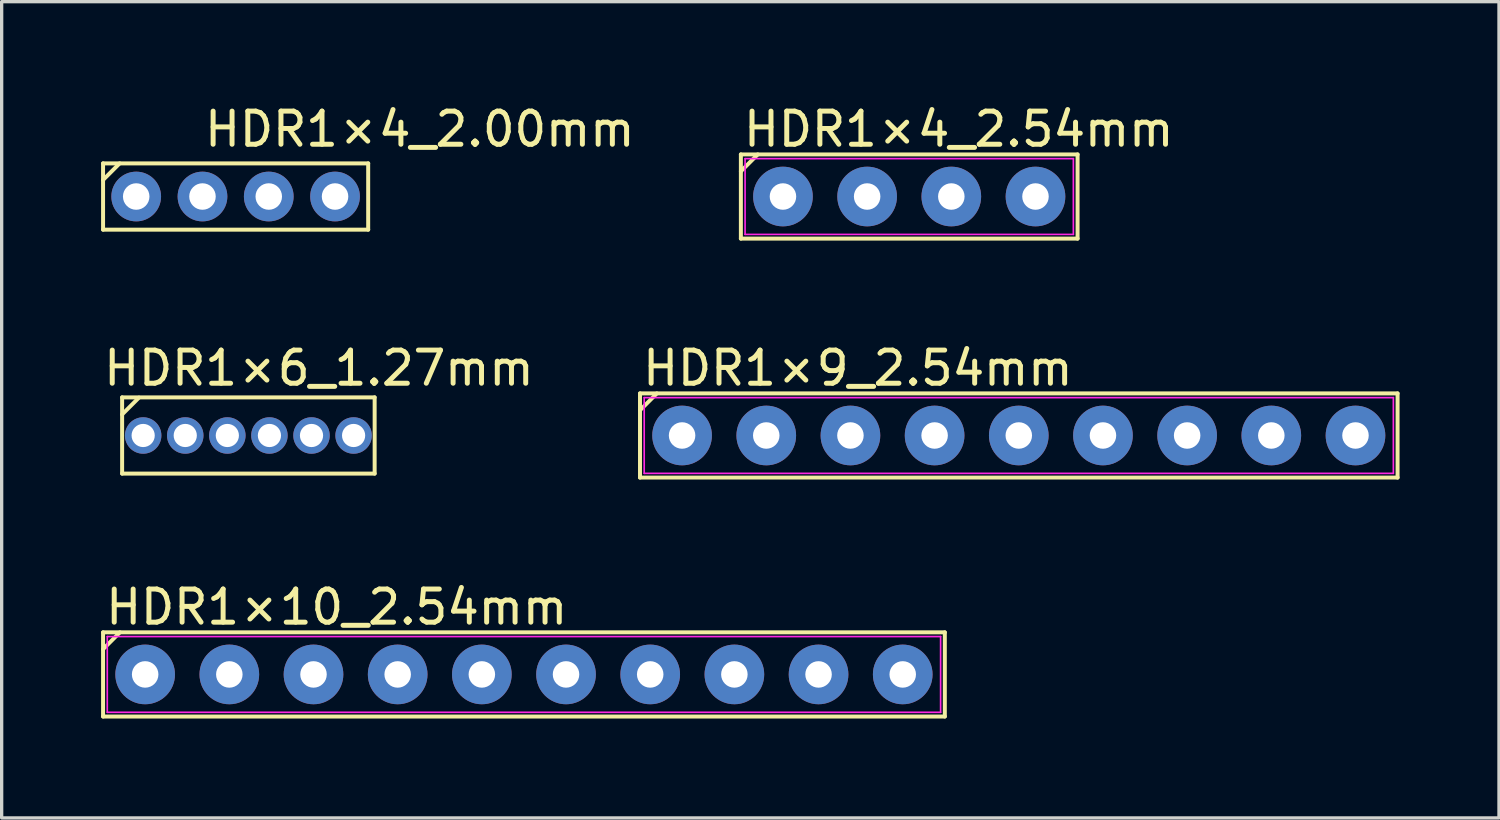
<source format=kicad_pcb>
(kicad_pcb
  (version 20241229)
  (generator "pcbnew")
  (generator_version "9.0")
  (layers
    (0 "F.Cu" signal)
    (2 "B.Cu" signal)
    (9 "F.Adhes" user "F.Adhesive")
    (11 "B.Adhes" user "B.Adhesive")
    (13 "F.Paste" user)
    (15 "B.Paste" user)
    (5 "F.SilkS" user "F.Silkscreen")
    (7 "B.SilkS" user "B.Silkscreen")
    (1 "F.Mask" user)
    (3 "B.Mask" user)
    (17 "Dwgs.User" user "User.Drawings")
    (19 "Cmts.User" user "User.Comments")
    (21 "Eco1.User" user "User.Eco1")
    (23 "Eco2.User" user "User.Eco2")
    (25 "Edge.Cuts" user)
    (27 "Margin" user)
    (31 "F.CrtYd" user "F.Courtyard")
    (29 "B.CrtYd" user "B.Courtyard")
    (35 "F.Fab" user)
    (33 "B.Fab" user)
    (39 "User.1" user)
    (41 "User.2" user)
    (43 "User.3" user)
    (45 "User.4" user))
  (footprint "HDR1×9_2.54mm"
    (layer "F.Cu")
    (at 17.532 10.091)
    (property "Reference" "HDR1×9_2.54mm" (at -1.27 -2.032 0) (layer "F.SilkS") (effects (font (size 1 1) (thickness 0.15)) (justify left)))
    (attr through_hole)
    (fp_line (start -1.27 -1.27) (end -1.27 1.27) (stroke (width 0.12) (type solid)) (layer "F.SilkS"))
    (fp_line (start -1.27 -1.27) (end 21.59 -1.27) (stroke (width 0.12) (type solid)) (layer "F.SilkS"))
    (fp_line (start -1.27 -0.762) (end -0.762 -1.27) (stroke (width 0.12) (type solid)) (layer "F.SilkS"))
    (fp_line (start -1.27 1.27) (end 21.59 1.27) (stroke (width 0.12) (type solid)) (layer "F.SilkS"))
    (fp_line (start 21.59 -1.27) (end 21.59 1.27) (stroke (width 0.12) (type solid)) (layer "F.SilkS"))
    (fp_line (start -1.143 -1.143) (end 21.463 -1.143) (stroke (width 0.05) (type default)) (layer "F.CrtYd"))
    (fp_line (start -1.143 1.143) (end -1.143 -1.143) (stroke (width 0.05) (type default)) (layer "F.CrtYd"))
    (fp_line (start 21.463 -1.143) (end 21.463 1.143) (stroke (width 0.05) (type default)) (layer "F.CrtYd"))
    (fp_line (start 21.463 1.143) (end -1.143 1.143) (stroke (width 0.05) (type default)) (layer "F.CrtYd"))
    (pad "1" thru_hole circle (at 0 0) (size 1.8 1.8) (drill 0.8) (layers "*.Cu" "*.Mask"))
    (pad "2" thru_hole circle (at 2.54 0) (size 1.8 1.8) (drill 0.8) (layers "*.Cu" "*.Mask"))
    (pad "3" thru_hole circle (at 5.08 0) (size 1.8 1.8) (drill 0.8) (layers "*.Cu" "*.Mask"))
    (pad "4" thru_hole circle (at 7.62 0) (size 1.8 1.8) (drill 0.8) (layers "*.Cu" "*.Mask"))
    (pad "5" thru_hole circle (at 10.16 0) (size 1.8 1.8) (drill 0.8) (layers "*.Cu" "*.Mask"))
    (pad "6" thru_hole circle (at 12.7 0) (size 1.8 1.8) (drill 0.8) (layers "*.Cu" "*.Mask"))
    (pad "7" thru_hole circle (at 15.24 0) (size 1.8 1.8) (drill 0.8) (layers "*.Cu" "*.Mask"))
    (pad "8" thru_hole circle (at 17.78 0) (size 1.8 1.8) (drill 0.8) (layers "*.Cu" "*.Mask"))
    (pad "9" thru_hole circle (at 20.32 0) (size 1.8 1.8) (drill 0.8) (layers "*.Cu" "*.Mask")))
  (footprint "HDR1×4_2.54mm"
    (layer "F.Cu")
    (at 20.576 2.88)
    (property "Reference" "HDR1×4_2.54mm" (at -1.27 -2.032 0) (layer "F.SilkS") (effects (font (size 1 1) (thickness 0.15)) (justify left)))
    (attr through_hole)
    (fp_line (start -1.27 -1.27) (end -1.27 1.27) (stroke (width 0.12) (type solid)) (layer "F.SilkS"))
    (fp_line (start -1.27 -1.27) (end 8.89 -1.27) (stroke (width 0.12) (type solid)) (layer "F.SilkS"))
    (fp_line (start -1.27 -0.762) (end -0.762 -1.27) (stroke (width 0.12) (type solid)) (layer "F.SilkS"))
    (fp_line (start -1.27 1.27) (end 8.89 1.27) (stroke (width 0.12) (type solid)) (layer "F.SilkS"))
    (fp_line (start 8.89 -1.27) (end 8.89 1.27) (stroke (width 0.12) (type solid)) (layer "F.SilkS"))
    (fp_line (start -1.143 -1.143) (end 8.763 -1.143) (stroke (width 0.05) (type default)) (layer "F.CrtYd"))
    (fp_line (start -1.143 1.143) (end -1.143 -1.143) (stroke (width 0.05) (type default)) (layer "F.CrtYd"))
    (fp_line (start 8.763 -1.143) (end 8.763 1.143) (stroke (width 0.05) (type default)) (layer "F.CrtYd"))
    (fp_line (start 8.763 1.143) (end -1.143 1.143) (stroke (width 0.05) (type default)) (layer "F.CrtYd"))
    (pad "1" thru_hole circle (at 0 0) (size 1.8 1.8) (drill 0.8) (layers "*.Cu" "*.Mask"))
    (pad "2" thru_hole circle (at 2.54 0) (size 1.8 1.8) (drill 0.8) (layers "*.Cu" "*.Mask"))
    (pad "3" thru_hole circle (at 5.08 0) (size 1.8 1.8) (drill 0.8) (layers "*.Cu" "*.Mask"))
    (pad "4" thru_hole circle (at 7.62 0) (size 1.8 1.8) (drill 0.8) (layers "*.Cu" "*.Mask")))
  (footprint "HDR1×4_2.00mm"
    (layer "F.Cu")
    (at 4.06 2.88)
    (property "Reference" "HDR1×4_2.00mm" (at -1.016 -2.032 0) (layer "F.SilkS") (effects (font (size 1 1) (thickness 0.15)) (justify left)))
    (attr through_hole)
    (fp_line (start -4 -1) (end -4 1) (stroke (width 0.12) (type solid)) (layer "F.SilkS"))
    (fp_line (start -4 -1) (end 4 -1) (stroke (width 0.12) (type solid)) (layer "F.SilkS"))
    (fp_line (start -4 1) (end 4 1) (stroke (width 0.12) (type solid)) (layer "F.SilkS"))
    (fp_line (start -3.5 -1) (end -4 -0.5) (stroke (width 0.12) (type solid)) (layer "F.SilkS"))
    (fp_line (start 4 -1) (end 4 1) (stroke (width 0.12) (type solid)) (layer "F.SilkS"))
    (pad "1" thru_hole circle (at -3 0) (size 1.5 1.5) (drill 0.8) (layers "*.Cu" "*.Mask"))
    (pad "2" thru_hole circle (at -1 0) (size 1.5 1.5) (drill 0.8) (layers "*.Cu" "*.Mask"))
    (pad "3" thru_hole circle (at 1 0) (size 1.5 1.5) (drill 0.8) (layers "*.Cu" "*.Mask"))
    (pad "4" thru_hole circle (at 3 0) (size 1.5 1.5) (drill 0.8) (layers "*.Cu" "*.Mask")))
  (footprint "HDR1×6_1.27mm"
    (layer "F.Cu")
    (at 1.27 10.091)
    (property "Reference" "HDR1×6_1.27mm" (at -1.27 -2.032 0) (layer "F.SilkS") (effects (font (size 1 1) (thickness 0.15)) (justify left)))
    (attr through_hole)
    (fp_line (start -0.635 -1.15) (end -0.635 1.15) (stroke (width 0.12) (type solid)) (layer "F.SilkS"))
    (fp_line (start -0.635 -1.15) (end 6.985 -1.15) (stroke (width 0.12) (type solid)) (layer "F.SilkS"))
    (fp_line (start -0.635 -0.635) (end -0.127 -1.143) (stroke (width 0.12) (type solid)) (layer "F.SilkS"))
    (fp_line (start -0.635 1.15) (end 6.985 1.15) (stroke (width 0.12) (type solid)) (layer "F.SilkS"))
    (fp_line (start 6.985 -1.15) (end 6.985 1.15) (stroke (width 0.12) (type solid)) (layer "F.SilkS"))
    (pad "1" thru_hole circle (at 0 0) (size 1.1 1.1) (drill 0.7) (layers "*.Cu" "*.Mask"))
    (pad "2" thru_hole circle (at 1.27 0) (size 1.1 1.1) (drill 0.7) (layers "*.Cu" "*.Mask"))
    (pad "3" thru_hole circle (at 2.54 0) (size 1.1 1.1) (drill 0.7) (layers "*.Cu" "*.Mask"))
    (pad "4" thru_hole circle (at 3.81 0) (size 1.1 1.1) (drill 0.7) (layers "*.Cu" "*.Mask"))
    (pad "5" thru_hole circle (at 5.08 0) (size 1.1 1.1) (drill 0.7) (layers "*.Cu" "*.Mask"))
    (pad "6" thru_hole circle (at 6.35 0) (size 1.1 1.1) (drill 0.7) (layers "*.Cu" "*.Mask")))
  (footprint "HDR1×10_2.54mm"
    (layer "F.Cu")
    (at 1.33 17.301)
    (property "Reference" "HDR1×10_2.54mm" (at -1.27 -2.032 0) (layer "F.SilkS") (effects (font (size 1 1) (thickness 0.15)) (justify left)))
    (attr through_hole)
    (fp_line (start -1.27 -1.27) (end -1.27 1.27) (stroke (width 0.12) (type solid)) (layer "F.SilkS"))
    (fp_line (start -1.27 -1.27) (end 24.13 -1.27) (stroke (width 0.12) (type solid)) (layer "F.SilkS"))
    (fp_line (start -1.27 -0.762) (end -0.762 -1.27) (stroke (width 0.12) (type solid)) (layer "F.SilkS"))
    (fp_line (start -1.27 1.27) (end 24.13 1.27) (stroke (width 0.12) (type solid)) (layer "F.SilkS"))
    (fp_line (start 24.13 -1.27) (end 24.13 1.27) (stroke (width 0.12) (type solid)) (layer "F.SilkS"))
    (fp_line (start -1.143 -1.143) (end 24.003 -1.143) (stroke (width 0.05) (type default)) (layer "F.CrtYd"))
    (fp_line (start -1.143 1.143) (end -1.143 -1.143) (stroke (width 0.05) (type default)) (layer "F.CrtYd"))
    (fp_line (start 24.003 -1.143) (end 24.003 1.143) (stroke (width 0.05) (type default)) (layer "F.CrtYd"))
    (fp_line (start 24.003 1.143) (end -1.143 1.143) (stroke (width 0.05) (type default)) (layer "F.CrtYd"))
    (pad "1" thru_hole circle (at 0 0) (size 1.8 1.8) (drill 0.8) (layers "*.Cu" "*.Mask"))
    (pad "2" thru_hole circle (at 2.54 0) (size 1.8 1.8) (drill 0.8) (layers "*.Cu" "*.Mask"))
    (pad "3" thru_hole circle (at 5.08 0) (size 1.8 1.8) (drill 0.8) (layers "*.Cu" "*.Mask"))
    (pad "4" thru_hole circle (at 7.62 0) (size 1.8 1.8) (drill 0.8) (layers "*.Cu" "*.Mask"))
    (pad "5" thru_hole circle (at 10.16 0) (size 1.8 1.8) (drill 0.8) (layers "*.Cu" "*.Mask"))
    (pad "6" thru_hole circle (at 12.7 0) (size 1.8 1.8) (drill 0.8) (layers "*.Cu" "*.Mask"))
    (pad "7" thru_hole circle (at 15.24 0) (size 1.8 1.8) (drill 0.8) (layers "*.Cu" "*.Mask"))
    (pad "8" thru_hole circle (at 17.78 0) (size 1.8 1.8) (drill 0.8) (layers "*.Cu" "*.Mask"))
    (pad "9" thru_hole circle (at 20.32 0) (size 1.8 1.8) (drill 0.8) (layers "*.Cu" "*.Mask"))
    (pad "10" thru_hole circle (at 22.86 0) (size 1.8 1.8) (drill 0.8) (layers "*.Cu" "*.Mask")))
  (gr_rect
    (start -3 -3)
    (end 42.182 21.631)
    (stroke (width 0.1) (type default))
    (fill no)
    (layer "Edge.Cuts")))
</source>
